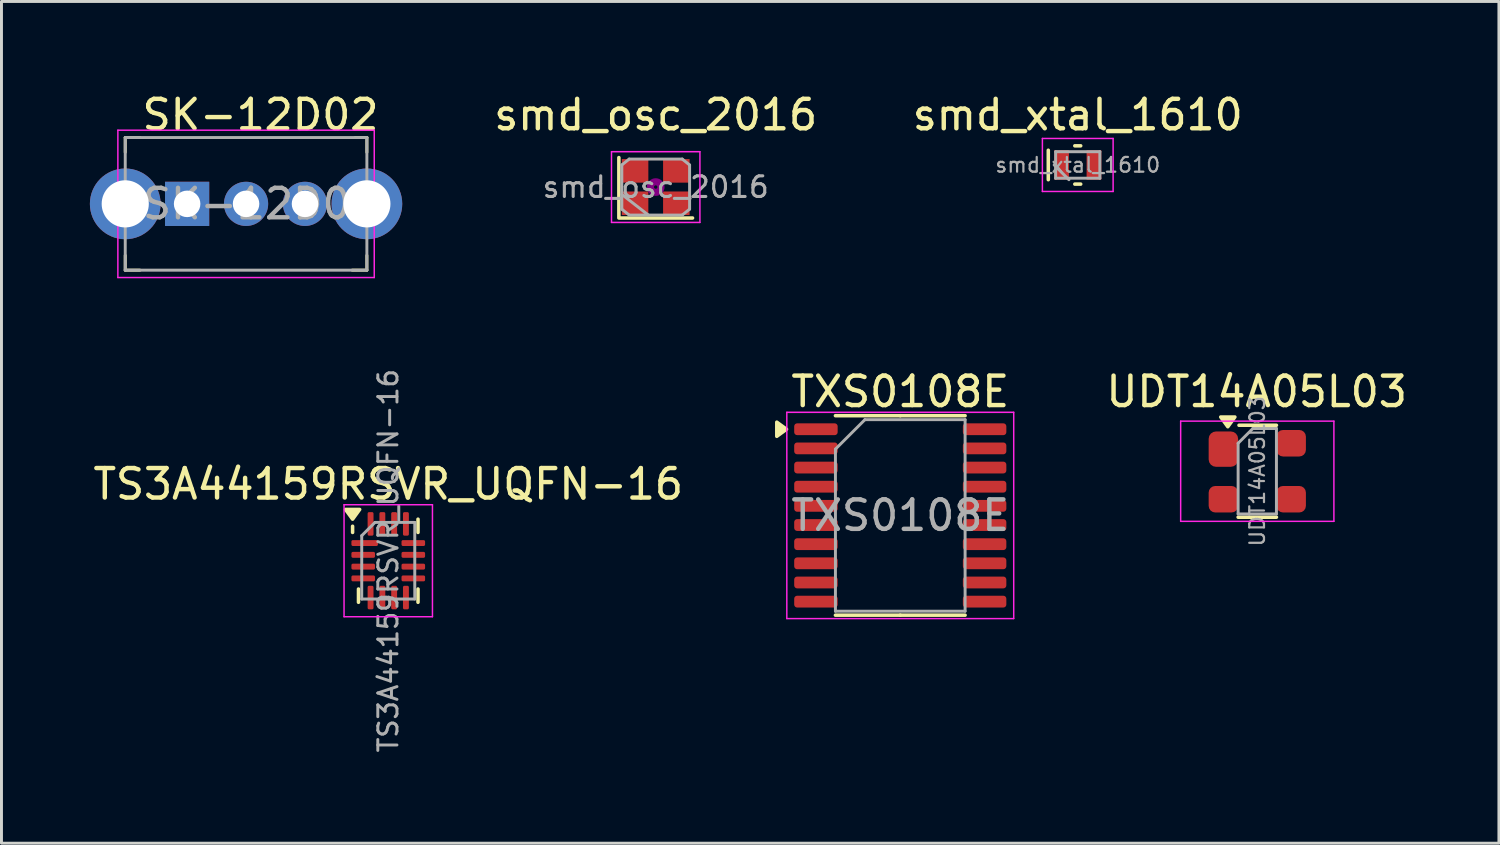
<source format=kicad_pcb>
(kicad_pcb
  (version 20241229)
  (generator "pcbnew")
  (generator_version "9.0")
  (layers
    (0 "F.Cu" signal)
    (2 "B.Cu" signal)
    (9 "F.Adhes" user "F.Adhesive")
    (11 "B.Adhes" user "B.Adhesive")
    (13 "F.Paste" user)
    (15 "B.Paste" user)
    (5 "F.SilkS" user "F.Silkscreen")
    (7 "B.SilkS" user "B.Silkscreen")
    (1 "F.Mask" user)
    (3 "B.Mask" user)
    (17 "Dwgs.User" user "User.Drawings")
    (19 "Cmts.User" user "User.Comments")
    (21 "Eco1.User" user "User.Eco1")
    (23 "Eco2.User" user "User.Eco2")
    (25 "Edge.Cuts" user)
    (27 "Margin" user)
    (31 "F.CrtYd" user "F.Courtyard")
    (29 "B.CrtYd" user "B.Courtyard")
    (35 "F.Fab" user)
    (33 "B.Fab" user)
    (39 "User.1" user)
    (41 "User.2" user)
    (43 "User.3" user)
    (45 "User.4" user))
  (footprint "UDT14A05L03"
    (layer "F.Cu")
    (at 39.615 12.941)
    (property "Reference" "UDT14A05L03" (at -0.02 -2.7 0) (layer "F.SilkS") (effects (font (size 1 1) (thickness 0.15))))
    (attr smd)
    (fp_line (start -0.65 1.56) (end 0.65 1.56) (stroke (width 0.12) (type solid)) (layer "F.SilkS"))
    (fp_line (start 0.65 -1.56) (end -0.62 -1.56) (stroke (width 0.12) (type solid)) (layer "F.SilkS"))
    (fp_poly (pts (xy -1 -1.51) (xy -1.24 -1.84) (xy -0.76 -1.84) (xy -1 -1.51)) (stroke (width 0.12) (type solid)) (fill yes) (layer "F.SilkS"))
    (fp_line (start -2.6 1.7) (end -2.6 -1.7) (stroke (width 0.05) (type solid)) (layer "F.CrtYd"))
    (fp_line (start -2.6 1.7) (end 2.6 1.7) (stroke (width 0.05) (type solid)) (layer "F.CrtYd"))
    (fp_line (start 2.6 -1.7) (end -2.6 -1.7) (stroke (width 0.05) (type solid)) (layer "F.CrtYd"))
    (fp_line (start 2.6 -1.7) (end 2.6 1.7) (stroke (width 0.05) (type solid)) (layer "F.CrtYd"))
    (fp_line (start -0.65 -0.95) (end -0.15 -1.45) (stroke (width 0.1) (type solid)) (layer "F.Fab"))
    (fp_line (start -0.65 1.45) (end -0.65 -0.95) (stroke (width 0.1) (type solid)) (layer "F.Fab"))
    (fp_line (start -0.15 -1.45) (end 0.65 -1.45) (stroke (width 0.1) (type solid)) (layer "F.Fab"))
    (fp_line (start 0.65 -1.45) (end 0.65 1.45) (stroke (width 0.1) (type solid)) (layer "F.Fab"))
    (fp_line (start 0.65 1.45) (end -0.65 1.45) (stroke (width 0.1) (type solid)) (layer "F.Fab"))
    (fp_text user "${REFERENCE}" (at 0 0 90) (layer "F.Fab") (effects (font (size 0.5 0.5) (thickness 0.075))))
    (pad "1" smd roundrect (at -1.15 -0.75) (size 1 1.2) (layers "F.Cu" "F.Mask" "F.Paste") (roundrect_rratio 0.25))
    (pad "2" smd roundrect (at -1.15 0.95) (size 1 0.9) (layers "F.Cu" "F.Mask" "F.Paste") (roundrect_rratio 0.25))
    (pad "3" smd roundrect (at 1.15 0.95) (size 1 0.9) (layers "F.Cu" "F.Mask" "F.Paste") (roundrect_rratio 0.25))
    (pad "4" smd roundrect (at 1.15 -0.95) (size 1 0.9) (layers "F.Cu" "F.Mask" "F.Paste") (roundrect_rratio 0.25)))
  (footprint "smd_xtal_1610"
    (layer "F.Cu")
    (at 33.523 2.548)
    (property "Reference" "smd_xtal_1610" (at 0 -1.7 0) (layer "F.SilkS") (effects (font (size 1 1) (thickness 0.15))))
    (attr smd)
    (fp_line (start -1 -0.5) (end -1 0.5) (stroke (width 0.12) (type solid)) (layer "F.SilkS"))
    (fp_line (start -0.1 -0.65) (end 0.1 -0.65) (stroke (width 0.12) (type solid)) (layer "F.SilkS"))
    (fp_line (start -0.1 0.65) (end 0.1 0.65) (stroke (width 0.12) (type solid)) (layer "F.SilkS"))
    (fp_line (start -1.2 -0.9) (end -1.2 0.9) (stroke (width 0.05) (type solid)) (layer "F.CrtYd"))
    (fp_line (start -1.2 0.9) (end 1.2 0.9) (stroke (width 0.05) (type solid)) (layer "F.CrtYd"))
    (fp_line (start 1.2 -0.9) (end -1.2 -0.9) (stroke (width 0.05) (type solid)) (layer "F.CrtYd"))
    (fp_line (start 1.2 0.9) (end 1.2 -0.9) (stroke (width 0.05) (type solid)) (layer "F.CrtYd"))
    (fp_line (start -0.8 0) (end -0.3 0.5) (stroke (width 0.1) (type solid)) (layer "F.Fab"))
    (fp_line (start -0.75 -0.45) (end -0.75 0.45) (stroke (width 0.1) (type solid)) (layer "F.Fab"))
    (fp_line (start -0.75 0.45) (end 0.75 0.45) (stroke (width 0.1) (type solid)) (layer "F.Fab"))
    (fp_line (start 0.75 -0.45) (end -0.75 -0.45) (stroke (width 0.1) (type solid)) (layer "F.Fab"))
    (fp_line (start 0.75 0.45) (end 0.75 -0.45) (stroke (width 0.1) (type solid)) (layer "F.Fab"))
    (fp_text user "${REFERENCE}" (at 0 0 0) (layer "F.Fab") (effects (font (size 0.5 0.5) (thickness 0.075))))
    (pad "1" smd rect (at -0.55 0) (size 0.5 1) (layers "F.Cu" "F.Mask" "F.Paste"))
    (pad "2" smd rect (at 0.55 0) (size 0.5 1) (layers "F.Cu" "F.Mask" "F.Paste")))
  (footprint "SK-12D02"
    (layer "F.Cu")
    (at 3.3 3.868)
    (property "Reference" "SK-12D02" (at 2.49 -3.02 0) (layer "F.SilkS") (effects (font (size 1 1) (thickness 0.15))))
    (attr through_hole)
    (fp_line (start -2.1 -2.25) (end -2.1 -1.75) (stroke (width 0.1) (type solid)) (layer "F.SilkS"))
    (fp_line (start -2.1 -2.25) (end -1.6 -2.25) (stroke (width 0.1) (type solid)) (layer "F.SilkS"))
    (fp_line (start -2.1 2.25) (end -2.1 1.75) (stroke (width 0.1) (type solid)) (layer "F.SilkS"))
    (fp_line (start -2.1 2.25) (end -1.6 2.25) (stroke (width 0.1) (type solid)) (layer "F.SilkS"))
    (fp_line (start 6.1 -2.25) (end 5.7 -2.25) (stroke (width 0.1) (type solid)) (layer "F.SilkS"))
    (fp_line (start 6.1 -2.25) (end 6.1 -1.75) (stroke (width 0.1) (type solid)) (layer "F.SilkS"))
    (fp_line (start 6.1 2.25) (end 5.6 2.25) (stroke (width 0.1) (type solid)) (layer "F.SilkS"))
    (fp_line (start 6.1 2.25) (end 6.1 1.75) (stroke (width 0.1) (type solid)) (layer "F.SilkS"))
    (fp_line (start -2.35 -2.5) (end 6.35 -2.5) (stroke (width 0.05) (type solid)) (layer "F.CrtYd"))
    (fp_line (start -2.35 2.5) (end -2.35 -2.5) (stroke (width 0.05) (type solid)) (layer "F.CrtYd"))
    (fp_line (start -2.35 2.5) (end 6.35 2.5) (stroke (width 0.05) (type solid)) (layer "F.CrtYd"))
    (fp_line (start 6.35 2.5) (end 6.35 -2.5) (stroke (width 0.05) (type solid)) (layer "F.CrtYd"))
    (fp_line (start -2.1 -2.25) (end 6.1 -2.25) (stroke (width 0.1) (type solid)) (layer "F.Fab"))
    (fp_line (start -2.1 2.25) (end -2.1 -2.25) (stroke (width 0.1) (type solid)) (layer "F.Fab"))
    (fp_line (start -2.1 2.25) (end 6.1 2.25) (stroke (width 0.1) (type solid)) (layer "F.Fab"))
    (fp_line (start 6.1 2.25) (end 6.1 -2.25) (stroke (width 0.1) (type solid)) (layer "F.Fab"))
    (fp_text user "${REFERENCE}" (at 2.5 0 0) (layer "F.Fab") (effects (font (size 1 1) (thickness 0.15))))
    (pad "" thru_hole circle (at -2.1 0) (size 2.4 2.4) (drill 1.6) (layers "*.Cu" "*.Mask"))
    (pad "" thru_hole circle (at 6.1 0) (size 2.4 2.4) (drill 1.6) (layers "*.Cu" "*.Mask"))
    (pad "1" thru_hole rect (at 0 0) (size 1.5 1.5) (drill 0.9) (layers "*.Cu" "*.Mask"))
    (pad "2" thru_hole circle (at 2 0) (size 1.5 1.5) (drill 0.9) (layers "*.Cu" "*.Mask"))
    (pad "3" thru_hole circle (at 4 0) (size 1.5 1.5) (drill 0.9) (layers "*.Cu" "*.Mask")))
  (footprint "TS3A44159RSVR_UQFN-16"
    (layer "F.Cu")
    (at 10.125 15.978)
    (property "Reference" "TS3A44159RSVR_UQFN-16" (at 0 -2.6 0) (layer "F.SilkS") (effects (font (size 1 1) (thickness 0.15))))
    (attr smd)
    (fp_line (start -1.21 -0.96) (end -1.21 -1.17) (stroke (width 0.12) (type solid)) (layer "F.SilkS"))
    (fp_line (start -1.01 1.41) (end -1.01 0.96) (stroke (width 0.12) (type solid)) (layer "F.SilkS"))
    (fp_line (start 1.01 -1.41) (end 1.01 -0.96) (stroke (width 0.12) (type solid)) (layer "F.SilkS"))
    (fp_line (start 1.01 1.41) (end 1.01 0.96) (stroke (width 0.12) (type solid)) (layer "F.SilkS"))
    (fp_poly (pts (xy -1.21 -1.41) (xy -1.45 -1.74) (xy -0.97 -1.74) (xy -1.21 -1.41)) (stroke (width 0.12) (type solid)) (fill yes) (layer "F.SilkS"))
    (fp_line (start -1.5 -1.9) (end -1.5 1.9) (stroke (width 0.05) (type solid)) (layer "F.CrtYd"))
    (fp_line (start -1.5 1.9) (end 1.5 1.9) (stroke (width 0.05) (type solid)) (layer "F.CrtYd"))
    (fp_line (start 1.5 -1.9) (end -1.5 -1.9) (stroke (width 0.05) (type solid)) (layer "F.CrtYd"))
    (fp_line (start 1.5 1.9) (end 1.5 -1.9) (stroke (width 0.05) (type solid)) (layer "F.CrtYd"))
    (fp_line (start -0.9 -0.85) (end -0.45 -1.3) (stroke (width 0.1) (type solid)) (layer "F.Fab"))
    (fp_line (start -0.9 1.3) (end -0.9 -0.85) (stroke (width 0.1) (type solid)) (layer "F.Fab"))
    (fp_line (start -0.45 -1.3) (end 0.9 -1.3) (stroke (width 0.1) (type solid)) (layer "F.Fab"))
    (fp_line (start 0.9 -1.3) (end 0.9 1.3) (stroke (width 0.1) (type solid)) (layer "F.Fab"))
    (fp_line (start 0.9 1.3) (end -0.9 1.3) (stroke (width 0.1) (type solid)) (layer "F.Fab"))
    (fp_text user "${REFERENCE}" (at 0 0 90) (layer "F.Fab") (effects (font (size 0.65 0.65) (thickness 0.1))))
    (pad "1" smd roundrect (at -0.8 -0.6) (size 0.9 0.2) (layers "F.Cu" "F.Mask" "F.Paste") (roundrect_rratio 0.25))
    (pad "2" smd roundrect (at -0.85 -0.2) (size 0.8 0.2) (layers "F.Cu" "F.Mask" "F.Paste") (roundrect_rratio 0.25))
    (pad "3" smd roundrect (at -0.85 0.2) (size 0.8 0.2) (layers "F.Cu" "F.Mask" "F.Paste") (roundrect_rratio 0.25))
    (pad "4" smd roundrect (at -0.85 0.6) (size 0.8 0.2) (layers "F.Cu" "F.Mask" "F.Paste") (roundrect_rratio 0.25))
    (pad "5" smd roundrect (at -0.6 1.25) (size 0.2 0.8) (layers "F.Cu" "F.Mask" "F.Paste") (roundrect_rratio 0.25))
    (pad "6" smd roundrect (at -0.2 1.25) (size 0.2 0.8) (layers "F.Cu" "F.Mask" "F.Paste") (roundrect_rratio 0.25))
    (pad "7" smd roundrect (at 0.2 1.25) (size 0.2 0.8) (layers "F.Cu" "F.Mask" "F.Paste") (roundrect_rratio 0.25))
    (pad "8" smd roundrect (at 0.6 1.25) (size 0.2 0.8) (layers "F.Cu" "F.Mask" "F.Paste") (roundrect_rratio 0.25))
    (pad "9" smd roundrect (at 0.85 0.6) (size 0.8 0.2) (layers "F.Cu" "F.Mask" "F.Paste") (roundrect_rratio 0.25))
    (pad "10" smd roundrect (at 0.85 0.2) (size 0.8 0.2) (layers "F.Cu" "F.Mask" "F.Paste") (roundrect_rratio 0.25))
    (pad "11" smd roundrect (at 0.85 -0.2) (size 0.8 0.2) (layers "F.Cu" "F.Mask" "F.Paste") (roundrect_rratio 0.25))
    (pad "12" smd roundrect (at 0.85 -0.6) (size 0.8 0.2) (layers "F.Cu" "F.Mask" "F.Paste") (roundrect_rratio 0.25))
    (pad "13" smd roundrect (at 0.6 -1.25) (size 0.2 0.8) (layers "F.Cu" "F.Mask" "F.Paste") (roundrect_rratio 0.25))
    (pad "14" smd roundrect (at 0.2 -1.25) (size 0.2 0.8) (layers "F.Cu" "F.Mask" "F.Paste") (roundrect_rratio 0.25))
    (pad "15" smd roundrect (at -0.2 -1.25) (size 0.2 0.8) (layers "F.Cu" "F.Mask" "F.Paste") (roundrect_rratio 0.25))
    (pad "16" smd roundrect (at -0.6 -1.25) (size 0.2 0.8) (layers "F.Cu" "F.Mask" "F.Paste") (roundrect_rratio 0.25)))
  (footprint "TXS0108E"
    (layer "F.Cu")
    (at 27.5 14.441)
    (property "Reference" "TXS0108E" (at 0 -4.2 0) (layer "F.SilkS") (effects (font (size 1 1) (thickness 0.15))))
    (attr smd)
    (fp_line (start 0 -3.385) (end -2.2 -3.385) (stroke (width 0.12) (type solid)) (layer "F.SilkS"))
    (fp_line (start 0 -3.385) (end 2.2 -3.385) (stroke (width 0.12) (type solid)) (layer "F.SilkS"))
    (fp_line (start 0 3.385) (end -2.2 3.385) (stroke (width 0.12) (type solid)) (layer "F.SilkS"))
    (fp_line (start 0 3.385) (end 2.2 3.385) (stroke (width 0.12) (type solid)) (layer "F.SilkS"))
    (fp_poly (pts (xy -3.86 -2.925) (xy -4.19 -3.165) (xy -4.19 -2.685) (xy -3.86 -2.925)) (stroke (width 0.12) (type solid)) (fill yes) (layer "F.SilkS"))
    (fp_line (start -3.85 -3.5) (end -3.85 3.5) (stroke (width 0.05) (type solid)) (layer "F.CrtYd"))
    (fp_line (start -3.85 3.5) (end 3.85 3.5) (stroke (width 0.05) (type solid)) (layer "F.CrtYd"))
    (fp_line (start 3.85 -3.5) (end -3.85 -3.5) (stroke (width 0.05) (type solid)) (layer "F.CrtYd"))
    (fp_line (start 3.85 3.5) (end 3.85 -3.5) (stroke (width 0.05) (type solid)) (layer "F.CrtYd"))
    (fp_line (start -2.2 -2.25) (end -1.2 -3.25) (stroke (width 0.1) (type solid)) (layer "F.Fab"))
    (fp_line (start -2.2 3.25) (end -2.2 -2.25) (stroke (width 0.1) (type solid)) (layer "F.Fab"))
    (fp_line (start -1.2 -3.25) (end 2.2 -3.25) (stroke (width 0.1) (type solid)) (layer "F.Fab"))
    (fp_line (start 2.2 -3.25) (end 2.2 3.25) (stroke (width 0.1) (type solid)) (layer "F.Fab"))
    (fp_line (start 2.2 3.25) (end -2.2 3.25) (stroke (width 0.1) (type solid)) (layer "F.Fab"))
    (fp_text user "${REFERENCE}" (at 0 0 0) (layer "F.Fab") (effects (font (size 1 1) (thickness 0.15))))
    (pad "1" smd roundrect (at -2.862 -2.925) (size 1.475 0.4) (layers "F.Cu" "F.Mask" "F.Paste") (roundrect_rratio 0.25))
    (pad "2" smd roundrect (at -2.862 -2.275) (size 1.475 0.4) (layers "F.Cu" "F.Mask" "F.Paste") (roundrect_rratio 0.25))
    (pad "3" smd roundrect (at -2.862 -1.625) (size 1.475 0.4) (layers "F.Cu" "F.Mask" "F.Paste") (roundrect_rratio 0.25))
    (pad "4" smd roundrect (at -2.862 -0.975) (size 1.475 0.4) (layers "F.Cu" "F.Mask" "F.Paste") (roundrect_rratio 0.25))
    (pad "5" smd roundrect (at -2.862 -0.325) (size 1.475 0.4) (layers "F.Cu" "F.Mask" "F.Paste") (roundrect_rratio 0.25))
    (pad "6" smd roundrect (at -2.862 0.325) (size 1.475 0.4) (layers "F.Cu" "F.Mask" "F.Paste") (roundrect_rratio 0.25))
    (pad "7" smd roundrect (at -2.862 0.975) (size 1.475 0.4) (layers "F.Cu" "F.Mask" "F.Paste") (roundrect_rratio 0.25))
    (pad "8" smd roundrect (at -2.862 1.625) (size 1.475 0.4) (layers "F.Cu" "F.Mask" "F.Paste") (roundrect_rratio 0.25))
    (pad "9" smd roundrect (at -2.862 2.275) (size 1.475 0.4) (layers "F.Cu" "F.Mask" "F.Paste") (roundrect_rratio 0.25))
    (pad "10" smd roundrect (at -2.862 2.925) (size 1.475 0.4) (layers "F.Cu" "F.Mask" "F.Paste") (roundrect_rratio 0.25))
    (pad "11" smd roundrect (at 2.862 2.925) (size 1.475 0.4) (layers "F.Cu" "F.Mask" "F.Paste") (roundrect_rratio 0.25))
    (pad "12" smd roundrect (at 2.862 2.275) (size 1.475 0.4) (layers "F.Cu" "F.Mask" "F.Paste") (roundrect_rratio 0.25))
    (pad "13" smd roundrect (at 2.862 1.625) (size 1.475 0.4) (layers "F.Cu" "F.Mask" "F.Paste") (roundrect_rratio 0.25))
    (pad "14" smd roundrect (at 2.862 0.975) (size 1.475 0.4) (layers "F.Cu" "F.Mask" "F.Paste") (roundrect_rratio 0.25))
    (pad "15" smd roundrect (at 2.862 0.325) (size 1.475 0.4) (layers "F.Cu" "F.Mask" "F.Paste") (roundrect_rratio 0.25))
    (pad "16" smd roundrect (at 2.862 -0.325) (size 1.475 0.4) (layers "F.Cu" "F.Mask" "F.Paste") (roundrect_rratio 0.25))
    (pad "17" smd roundrect (at 2.862 -0.975) (size 1.475 0.4) (layers "F.Cu" "F.Mask" "F.Paste") (roundrect_rratio 0.25))
    (pad "18" smd roundrect (at 2.862 -1.625) (size 1.475 0.4) (layers "F.Cu" "F.Mask" "F.Paste") (roundrect_rratio 0.25))
    (pad "19" smd roundrect (at 2.862 -2.275) (size 1.475 0.4) (layers "F.Cu" "F.Mask" "F.Paste") (roundrect_rratio 0.25))
    (pad "20" smd roundrect (at 2.862 -2.925) (size 1.475 0.4) (layers "F.Cu" "F.Mask" "F.Paste") (roundrect_rratio 0.25)))
  (footprint "smd_osc_2016"
    (layer "F.Cu")
    (at 19.201 3.298)
    (property "Reference" "smd_osc_2016" (at 0 -2.45 0) (layer "F.SilkS") (effects (font (size 1 1) (thickness 0.15))))
    (attr smd)
    (fp_line (start -1.25 -1) (end -1.25 1) (stroke (width 0.12) (type solid)) (layer "F.SilkS"))
    (fp_line (start -1.25 1.05) (end 1.25 1.05) (stroke (width 0.12) (type solid)) (layer "F.SilkS"))
    (fp_circle (center 0 0) (end 0.058 0) (stroke (width 0.117) (type solid)) (fill no) (layer "F.Adhes"))
    (fp_circle (center 0 0) (end 0.133 0) (stroke (width 0.083) (type solid)) (fill no) (layer "F.Adhes"))
    (fp_circle (center 0 0) (end 0.208 0) (stroke (width 0.083) (type solid)) (fill no) (layer "F.Adhes"))
    (fp_circle (center 0 0) (end 0.25 0) (stroke (width 0.1) (type solid)) (fill no) (layer "F.Adhes"))
    (fp_line (start -1.5 -1.2) (end -1.5 1.2) (stroke (width 0.05) (type solid)) (layer "F.CrtYd"))
    (fp_line (start -1.5 1.2) (end 1.5 1.2) (stroke (width 0.05) (type solid)) (layer "F.CrtYd"))
    (fp_line (start 1.5 -1.2) (end -1.5 -1.2) (stroke (width 0.05) (type solid)) (layer "F.CrtYd"))
    (fp_line (start 1.5 1.2) (end 1.5 -1.2) (stroke (width 0.05) (type solid)) (layer "F.CrtYd"))
    (fp_line (start -1.15 0.25) (end -0.25 0.95) (stroke (width 0.1) (type solid)) (layer "F.Fab"))
    (fp_line (start -1.15 0.75) (end -1.15 -0.75) (stroke (width 0.1) (type solid)) (layer "F.Fab"))
    (fp_line (start -0.9 -0.95) (end -1.15 -0.75) (stroke (width 0.1) (type solid)) (layer "F.Fab"))
    (fp_line (start -0.9 -0.95) (end 0.9 -0.95) (stroke (width 0.1) (type solid)) (layer "F.Fab"))
    (fp_line (start -0.9 0.95) (end -1.15 0.75) (stroke (width 0.1) (type solid)) (layer "F.Fab"))
    (fp_line (start 0.9 -0.95) (end 1.15 -0.75) (stroke (width 0.1) (type solid)) (layer "F.Fab"))
    (fp_line (start 0.9 0.95) (end -0.9 0.95) (stroke (width 0.1) (type solid)) (layer "F.Fab"))
    (fp_line (start 0.9 0.95) (end 1.15 0.75) (stroke (width 0.1) (type solid)) (layer "F.Fab"))
    (fp_line (start 1.15 -0.75) (end 1.15 0.75) (stroke (width 0.1) (type solid)) (layer "F.Fab"))
    (fp_text user "${REFERENCE}" (at 0 0 0) (layer "F.Fab") (effects (font (size 0.7 0.7) (thickness 0.105))))
    (pad "1" smd rect (at -0.7 0.55) (size 0.9 0.8) (layers "F.Cu" "F.Mask" "F.Paste"))
    (pad "2" smd rect (at 0.7 0.55) (size 0.9 0.8) (layers "F.Cu" "F.Mask" "F.Paste"))
    (pad "3" smd rect (at 0.7 -0.55) (size 0.9 0.8) (layers "F.Cu" "F.Mask" "F.Paste"))
    (pad "4" smd rect (at -0.7 -0.55) (size 0.9 0.8) (layers "F.Cu" "F.Mask" "F.Paste")))
  (gr_rect
    (start -3 -3)
    (end 47.815 25.563)
    (stroke (width 0.1) (type default))
    (fill no)
    (layer "Edge.Cuts")))
</source>
